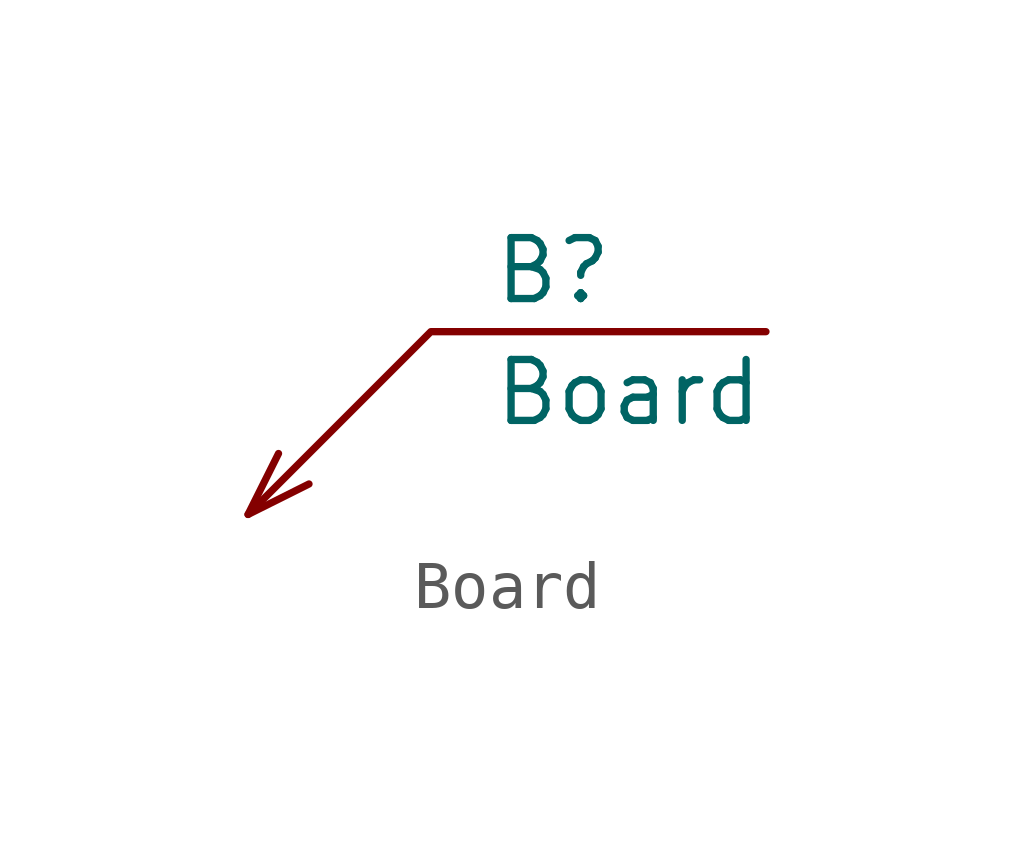
<source format=kicad_sym>
(kicad_symbol_lib
  (version 20241209)
  (generator "kicad_symbol_editor")
  (generator_version "9.0")
  (symbol "Board"
    (property "Reference" "B"
      (at 5.08 5.08 0)
      (effects (font (size 1.27 1.27)) (justify left)))
    (property "Value" "Board"
      (at 5.08 2.54 0)
      (effects (font (size 1.27 1.27)) (justify left)))
    (symbol "Board_0_1"
      (polyline (pts (xy 0 0) (xy 3.81 3.81) (xy 10.795 3.81)) (stroke (width 0.152) (type default)) (fill (type none)))
      (polyline (pts (xy 0.635 1.27) (xy 0 0) (xy 1.27 0.635)) (stroke (width 0.152) (type default)) (fill (type none))))))
</source>
